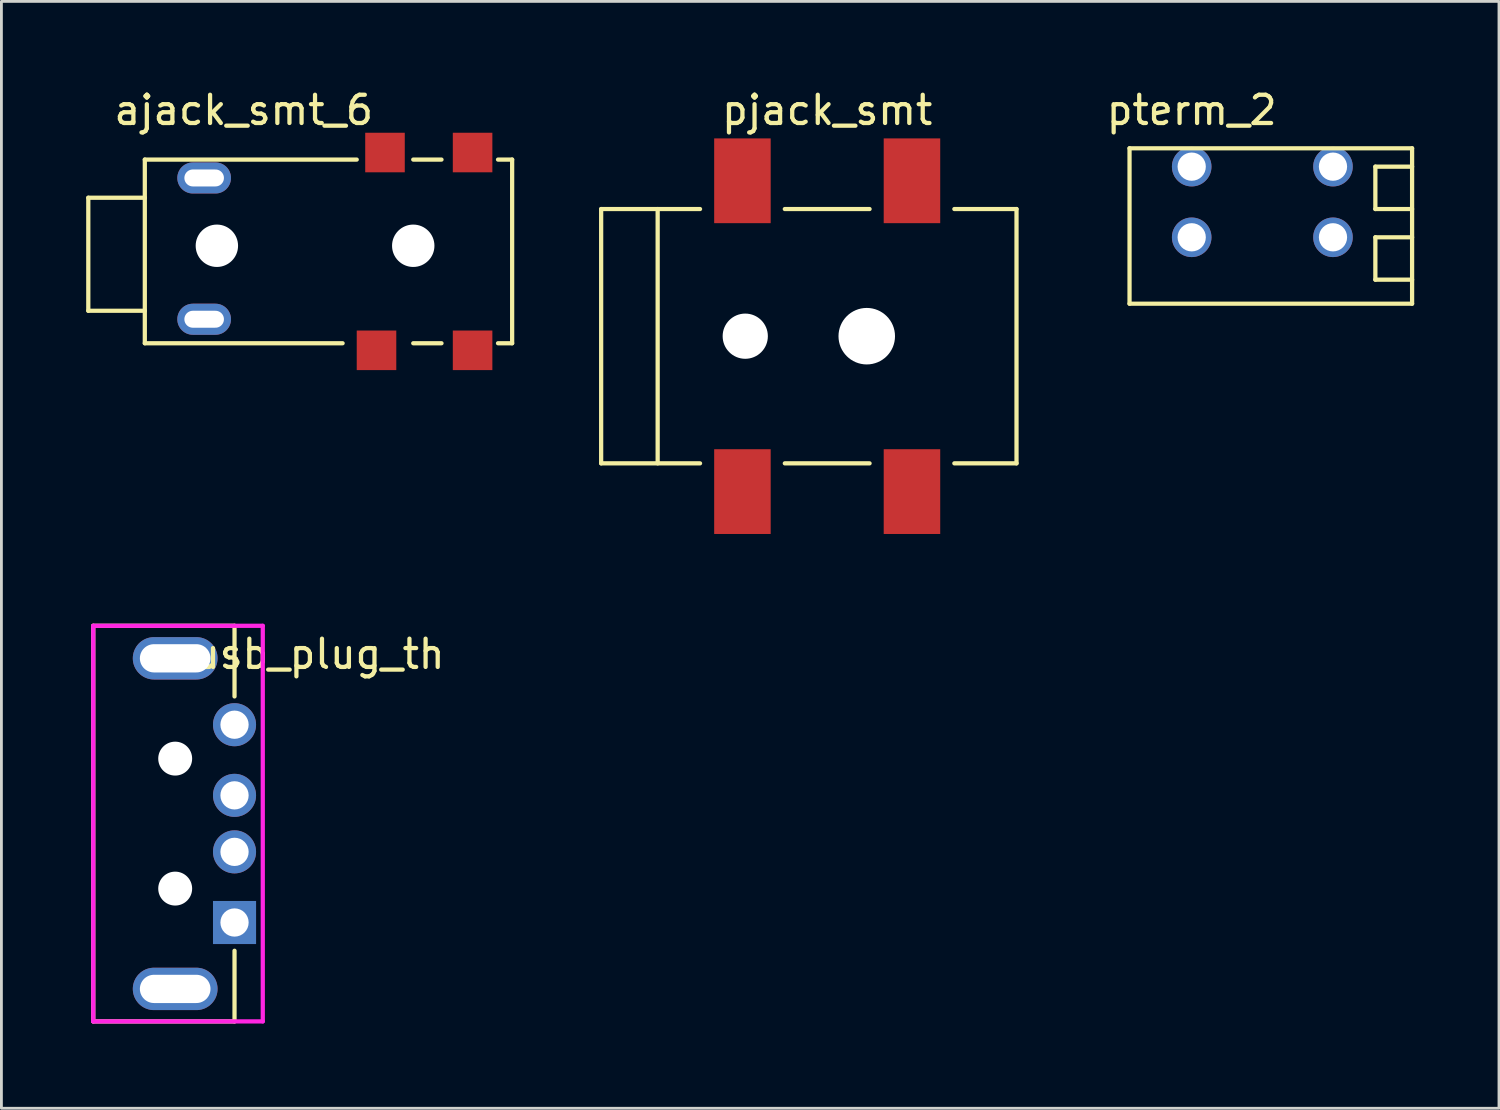
<source format=kicad_pcb>
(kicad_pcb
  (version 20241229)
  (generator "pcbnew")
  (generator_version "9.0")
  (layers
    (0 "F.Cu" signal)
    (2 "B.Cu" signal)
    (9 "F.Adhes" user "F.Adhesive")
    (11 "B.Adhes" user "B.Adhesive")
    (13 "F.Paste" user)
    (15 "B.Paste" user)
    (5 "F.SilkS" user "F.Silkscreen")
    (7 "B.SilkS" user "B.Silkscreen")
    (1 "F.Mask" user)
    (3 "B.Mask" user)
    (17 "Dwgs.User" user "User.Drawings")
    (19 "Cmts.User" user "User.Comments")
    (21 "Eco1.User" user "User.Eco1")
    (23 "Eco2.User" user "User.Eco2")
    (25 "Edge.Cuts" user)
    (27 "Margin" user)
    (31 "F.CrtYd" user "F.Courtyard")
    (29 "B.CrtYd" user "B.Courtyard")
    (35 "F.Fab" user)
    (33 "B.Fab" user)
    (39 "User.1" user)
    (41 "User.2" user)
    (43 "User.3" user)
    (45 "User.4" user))
  (footprint "usb_plug_th"
    (layer "F.Cu")
    (at 0.25 19.098)
    (property "Reference" "usb_plug_th" (at 8 1 0) (layer "F.SilkS") (effects (font (size 1 1) (thickness 0.15))))
    (attr through_hole)
    (fp_line (start 0 0) (end 0 14) (stroke (width 0.15) (type solid)) (layer "F.SilkS"))
    (fp_line (start 0 14) (end 5 14) (stroke (width 0.15) (type solid)) (layer "F.SilkS"))
    (fp_line (start 5 0) (end 0 0) (stroke (width 0.15) (type solid)) (layer "F.SilkS"))
    (fp_line (start 5 2.5) (end 5 0) (stroke (width 0.15) (type solid)) (layer "F.SilkS"))
    (fp_line (start 5 11.5) (end 5 14) (stroke (width 0.15) (type solid)) (layer "F.SilkS"))
    (fp_line (start 0 0) (end 6 0) (stroke (width 0.15) (type solid)) (layer "F.CrtYd"))
    (fp_line (start 0 14) (end 0 0) (stroke (width 0.15) (type solid)) (layer "F.CrtYd"))
    (fp_line (start 6 0) (end 6 14) (stroke (width 0.15) (type solid)) (layer "F.CrtYd"))
    (fp_line (start 6 14) (end 0 14) (stroke (width 0.15) (type solid)) (layer "F.CrtYd"))
    (pad "" np_thru_hole circle (at 2.9 4.7) (size 1.2 1.2) (drill 1.2) (layers "*.Cu" "*.Mask"))
    (pad "" np_thru_hole circle (at 2.9 9.3) (size 1.2 1.2) (drill 1.2) (layers "*.Cu" "*.Mask"))
    (pad "1" thru_hole rect (at 5 10.5) (size 1.524 1.524) (drill 1) (layers "*.Cu" "*.Mask"))
    (pad "2" thru_hole circle (at 5 8) (size 1.524 1.524) (drill 1) (layers "*.Cu" "*.Mask"))
    (pad "3" thru_hole circle (at 5 6) (size 1.524 1.524) (drill 1) (layers "*.Cu" "*.Mask"))
    (pad "4" thru_hole circle (at 5 3.5) (size 1.524 1.524) (drill 1) (layers "*.Cu" "*.Mask"))
    (pad "5" thru_hole oval (at 2.9 1.15) (size 3 1.5) (drill oval 2.5 1) (layers "*.Cu" "*.Mask"))
    (pad "5" thru_hole oval (at 2.9 12.85) (size 3 1.5) (drill oval 2.5 1) (layers "*.Cu" "*.Mask")))
  (footprint "ajack_smt_6"
    (layer "F.Cu")
    (at 2.075 5.848)
    (property "Reference" "ajack_smt_6" (at 3.5 -5 0) (layer "F.SilkS") (effects (font (size 1 1) (thickness 0.15))))
    (attr through_hole)
    (fp_line (start -2 -1.9) (end -2 2.1) (stroke (width 0.15) (type solid)) (layer "F.SilkS"))
    (fp_line (start -2 2.1) (end 0 2.1) (stroke (width 0.15) (type solid)) (layer "F.SilkS"))
    (fp_line (start 0 -3.25) (end 0 3.25) (stroke (width 0.15) (type solid)) (layer "F.SilkS"))
    (fp_line (start 0 -1.9) (end -2 -1.9) (stroke (width 0.15) (type solid)) (layer "F.SilkS"))
    (fp_line (start 0 3.25) (end 7 3.25) (stroke (width 0.15) (type solid)) (layer "F.SilkS"))
    (fp_line (start 7.5 -3.25) (end 0 -3.25) (stroke (width 0.15) (type solid)) (layer "F.SilkS"))
    (fp_line (start 9.5 -3.25) (end 10.5 -3.25) (stroke (width 0.15) (type solid)) (layer "F.SilkS"))
    (fp_line (start 10.5 3.25) (end 9.5 3.25) (stroke (width 0.15) (type solid)) (layer "F.SilkS"))
    (fp_line (start 12.5 -3.25) (end 13 -3.25) (stroke (width 0.15) (type solid)) (layer "F.SilkS"))
    (fp_line (start 13 -3.25) (end 13 3.25) (stroke (width 0.15) (type solid)) (layer "F.SilkS"))
    (fp_line (start 13 3.25) (end 12.5 3.25) (stroke (width 0.15) (type solid)) (layer "F.SilkS"))
    (pad "" np_thru_hole circle (at 2.55 -0.2) (size 1.5 1.5) (drill 1.5) (layers "*.Cu" "*.Mask"))
    (pad "" np_thru_hole circle (at 9.5 -0.2) (size 1.5 1.5) (drill 1.5) (layers "*.Cu" "*.Mask"))
    (pad "1" thru_hole oval (at 2.1 2.4) (size 1.9 1.1) (drill oval 1.4 0.6) (layers "*.Cu" "*.Mask"))
    (pad "2" thru_hole oval (at 2.1 -2.6) (size 1.9 1.1) (drill oval 1.4 0.6) (layers "*.Cu" "*.Mask"))
    (pad "3" smd rect (at 11.6 3.5) (size 1.4 1.4) (layers "F.Cu" "F.Mask" "F.Paste"))
    (pad "4" smd rect (at 11.6 -3.5) (size 1.4 1.4) (layers "F.Cu" "F.Mask" "F.Paste"))
    (pad "5" smd rect (at 8.2 3.5) (size 1.4 1.4) (layers "F.Cu" "F.Mask" "F.Paste"))
    (pad "6" smd rect (at 8.5 -3.5) (size 1.4 1.4) (layers "F.Cu" "F.Mask" "F.Paste")))
  (footprint "pjack_smt"
    (layer "F.Cu")
    (at 23.225 8.848)
    (property "Reference" "pjack_smt" (at 3 -8 0) (layer "F.SilkS") (effects (font (size 1 1) (thickness 0.15))))
    (attr through_hole)
    (fp_line (start -5 -4.5) (end -5 4.5) (stroke (width 0.15) (type solid)) (layer "F.SilkS"))
    (fp_line (start -5 4.5) (end -1.5 4.5) (stroke (width 0.15) (type solid)) (layer "F.SilkS"))
    (fp_line (start -3 -4.5) (end -3 4.5) (stroke (width 0.15) (type solid)) (layer "F.SilkS"))
    (fp_line (start -1.5 -4.5) (end -5 -4.5) (stroke (width 0.15) (type solid)) (layer "F.SilkS"))
    (fp_line (start 1.5 -4.5) (end 4.5 -4.5) (stroke (width 0.15) (type solid)) (layer "F.SilkS"))
    (fp_line (start 1.5 4.5) (end 4.5 4.5) (stroke (width 0.15) (type solid)) (layer "F.SilkS"))
    (fp_line (start 7.5 -4.5) (end 9.7 -4.5) (stroke (width 0.15) (type solid)) (layer "F.SilkS"))
    (fp_line (start 9.7 -4.5) (end 9.7 4.5) (stroke (width 0.15) (type solid)) (layer "F.SilkS"))
    (fp_line (start 9.7 4.5) (end 7.5 4.5) (stroke (width 0.15) (type solid)) (layer "F.SilkS"))
    (pad "" np_thru_hole circle (at 0.1 0) (size 1.6 1.6) (drill 1.6) (layers "*.Cu" "*.Mask"))
    (pad "" np_thru_hole circle (at 4.4 0) (size 2 2) (drill 2) (layers "*.Cu" "*.Mask"))
    (pad "1" smd rect (at 0 -5.5) (size 2 3) (layers "F.Cu" "F.Mask" "F.Paste"))
    (pad "1" smd rect (at 6 -5.5) (size 2 3) (layers "F.Cu" "F.Mask" "F.Paste"))
    (pad "2" smd rect (at 6 5.5) (size 2 3) (layers "F.Cu" "F.Mask" "F.Paste"))
    (pad "3" smd rect (at 0 5.5) (size 2 3) (layers "F.Cu" "F.Mask" "F.Paste")))
  (footprint "pterm_2"
    (layer "F.Cu")
    (at 44.125 2.848)
    (property "Reference" "pterm_2" (at -5 -2 0) (layer "F.SilkS") (effects (font (size 1 1) (thickness 0.15))))
    (attr through_hole)
    (fp_line (start -7.2 -0.65) (end -7.2 4.85) (stroke (width 0.15) (type solid)) (layer "F.SilkS"))
    (fp_line (start -7.2 4.85) (end 2.8 4.85) (stroke (width 0.15) (type solid)) (layer "F.SilkS"))
    (fp_line (start 1.5 0) (end 1.5 1.5) (stroke (width 0.15) (type solid)) (layer "F.SilkS"))
    (fp_line (start 1.5 1.5) (end 2.8 1.5) (stroke (width 0.15) (type solid)) (layer "F.SilkS"))
    (fp_line (start 1.5 2.5) (end 1.5 4) (stroke (width 0.15) (type solid)) (layer "F.SilkS"))
    (fp_line (start 1.5 4) (end 2.8 4) (stroke (width 0.15) (type solid)) (layer "F.SilkS"))
    (fp_line (start 2.8 -0.65) (end -7.2 -0.65) (stroke (width 0.15) (type solid)) (layer "F.SilkS"))
    (fp_line (start 2.8 0) (end 1.5 0) (stroke (width 0.15) (type solid)) (layer "F.SilkS"))
    (fp_line (start 2.8 2.5) (end 1.5 2.5) (stroke (width 0.15) (type solid)) (layer "F.SilkS"))
    (fp_line (start 2.8 4.85) (end 2.8 -0.65) (stroke (width 0.15) (type solid)) (layer "F.SilkS"))
    (pad "1A" thru_hole circle (at 0 0) (size 1.4 1.4) (drill 1) (layers "*.Cu" "*.Mask"))
    (pad "1B" thru_hole circle (at -5 0) (size 1.4 1.4) (drill 1) (layers "*.Cu" "*.Mask"))
    (pad "2A" thru_hole circle (at 0 2.5) (size 1.4 1.4) (drill 1) (layers "*.Cu" "*.Mask"))
    (pad "2B" thru_hole circle (at -5 2.5) (size 1.4 1.4) (drill 1) (layers "*.Cu" "*.Mask")))
  (gr_rect
    (start -3 -3)
    (end 50 36.173)
    (stroke (width 0.1) (type default))
    (fill no)
    (layer "Edge.Cuts")))
</source>
